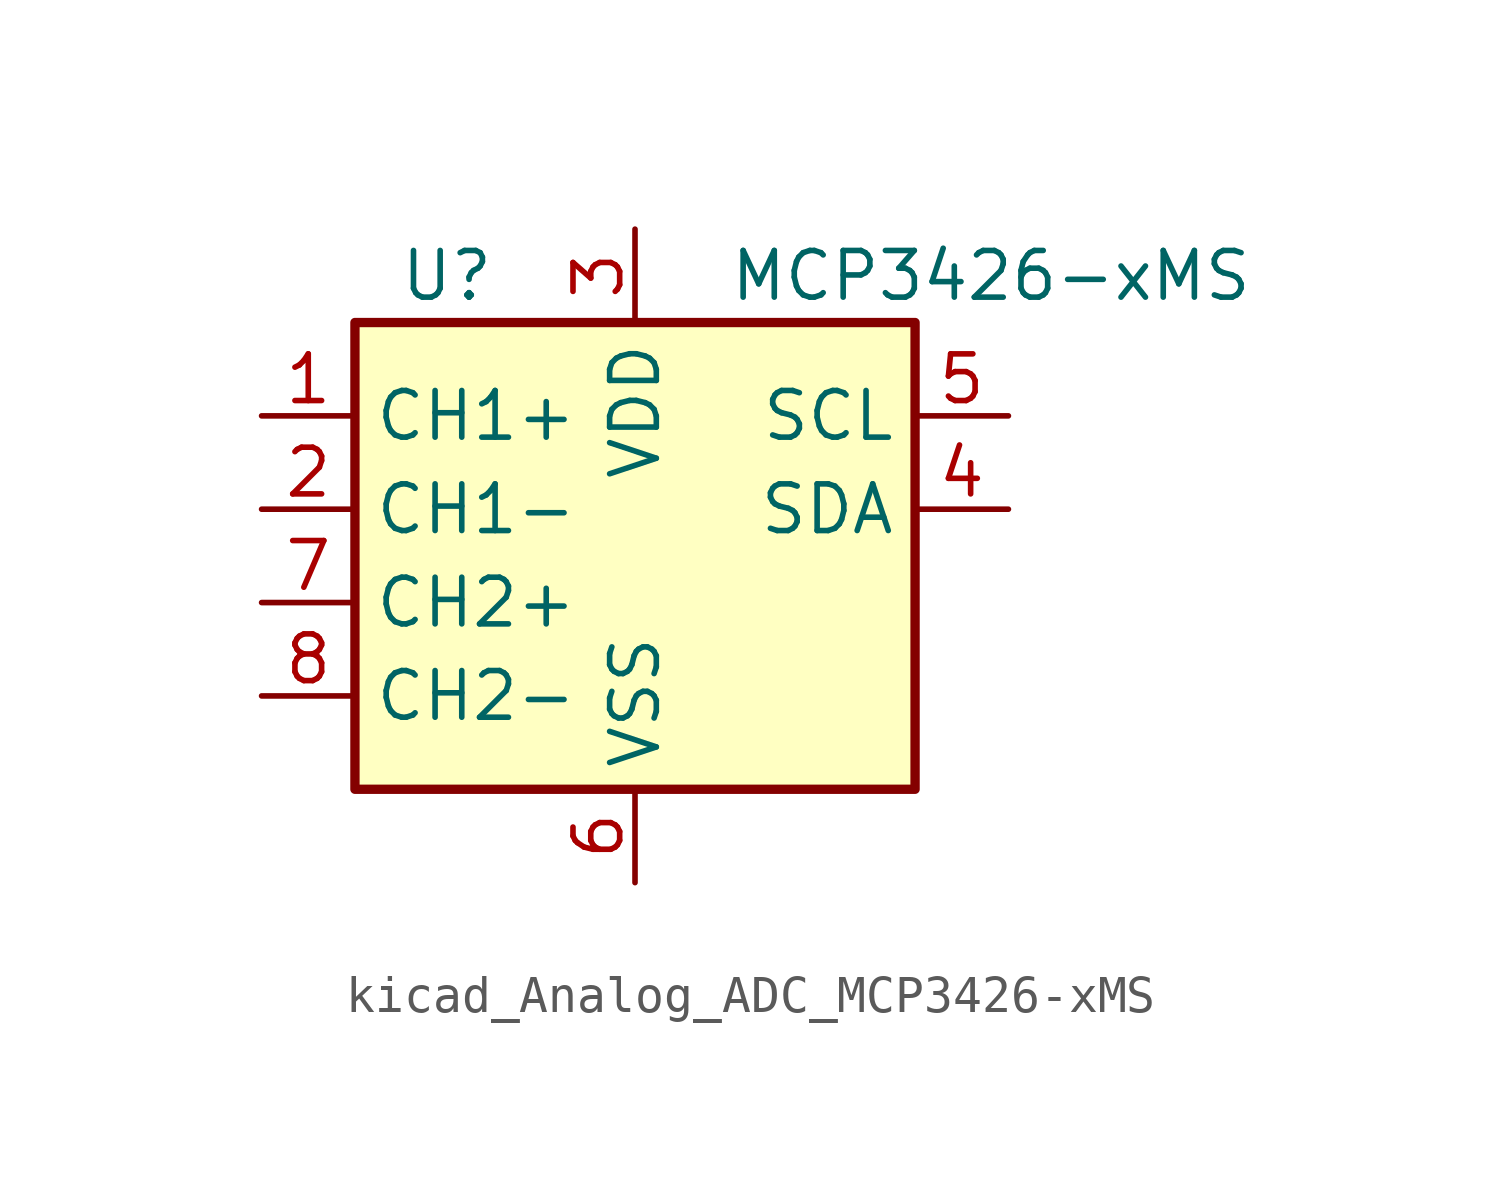
<source format=kicad_sym>
(kicad_symbol_lib
  (version 20220914)
  (generator kicad_symbol_editor)
  (symbol "kicad_Analog_ADC_MCP3426-xMS"
    (property "Reference" "U"
      (at -3.81 8.89 0)
      (effects (font (size 1.27 1.27)) (justify right)))
    (property "Value" "MCP3426-xMS"
      (at 2.54 8.89 0)
      (effects (font (size 1.27 1.27)) (justify left)))
    (symbol "kicad_Analog_ADC_MCP3426-xMS_0_1"
      (rectangle (start -7.62 7.62) (end 7.62 -5.08) (stroke (width 0.254) (type default)) (fill (type background))))
    (symbol "kicad_Analog_ADC_MCP3426-xMS_1_1"
      (pin input line (at -10.16 5.08 0) (length 2.54) (name "CH1+" (effects (font (size 1.27 1.27)))) (number "1" (effects (font (size 1.27 1.27)))))
      (pin input line (at -10.16 2.54 0) (length 2.54) (name "CH1-" (effects (font (size 1.27 1.27)))) (number "2" (effects (font (size 1.27 1.27)))))
      (pin power_in line (at 0 10.16 270) (length 2.54) (name "VDD" (effects (font (size 1.27 1.27)))) (number "3" (effects (font (size 1.27 1.27)))))
      (pin bidirectional line (at 10.16 2.54 180) (length 2.54) (name "SDA" (effects (font (size 1.27 1.27)))) (number "4" (effects (font (size 1.27 1.27)))))
      (pin input line (at 10.16 5.08 180) (length 2.54) (name "SCL" (effects (font (size 1.27 1.27)))) (number "5" (effects (font (size 1.27 1.27)))))
      (pin power_in line (at 0 -7.62 90) (length 2.54) (name "VSS" (effects (font (size 1.27 1.27)))) (number "6" (effects (font (size 1.27 1.27)))))
      (pin input line (at -10.16 0 0) (length 2.54) (name "CH2+" (effects (font (size 1.27 1.27)))) (number "7" (effects (font (size 1.27 1.27)))))
      (pin input line (at -10.16 -2.54 0) (length 2.54) (name "CH2-" (effects (font (size 1.27 1.27)))) (number "8" (effects (font (size 1.27 1.27))))))))
</source>
